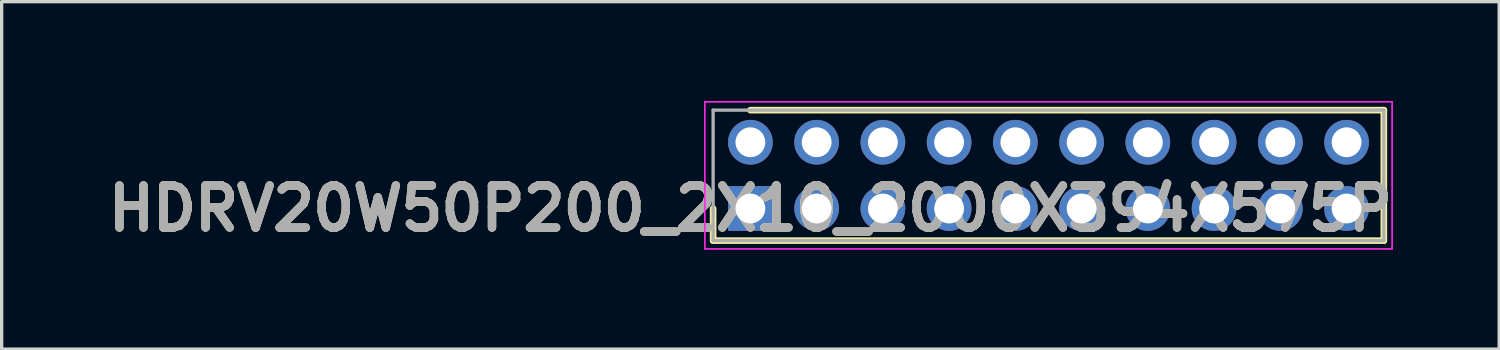
<source format=kicad_pcb>
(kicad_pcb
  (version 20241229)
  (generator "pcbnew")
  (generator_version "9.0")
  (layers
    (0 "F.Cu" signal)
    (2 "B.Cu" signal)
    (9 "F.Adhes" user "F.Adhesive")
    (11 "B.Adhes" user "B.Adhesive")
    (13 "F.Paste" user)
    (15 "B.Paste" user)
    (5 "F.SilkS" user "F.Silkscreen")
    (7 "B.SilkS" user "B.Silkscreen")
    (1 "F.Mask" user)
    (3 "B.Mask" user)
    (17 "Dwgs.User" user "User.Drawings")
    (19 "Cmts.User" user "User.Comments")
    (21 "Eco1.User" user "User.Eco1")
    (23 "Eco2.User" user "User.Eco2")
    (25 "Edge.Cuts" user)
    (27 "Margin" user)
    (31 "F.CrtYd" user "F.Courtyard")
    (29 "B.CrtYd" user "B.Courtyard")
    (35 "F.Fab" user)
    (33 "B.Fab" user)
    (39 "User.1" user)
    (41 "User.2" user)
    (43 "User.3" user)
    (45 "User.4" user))
  (footprint "HDRV20W50P200_2X10_2000X394X575P"
    (layer "F.Cu")
    (at 19.606 3.245)
    (property "Reference" "HDRV20W50P200_2X10_2000X394X575P" (at 0 0 0) (layer "F.SilkS") (effects (font (size 1.27 1.27) (thickness 0.254))))
    (attr through_hole)
    (fp_line (start -1.125 0) (end -1.125 0.97) (stroke (width 0.2) (type solid)) (layer "F.SilkS"))
    (fp_line (start -1.125 0.97) (end 19.125 0.97) (stroke (width 0.2) (type solid)) (layer "F.SilkS"))
    (fp_line (start 19.125 -2.97) (end 0 -2.97) (stroke (width 0.2) (type solid)) (layer "F.SilkS"))
    (fp_line (start 19.125 0.97) (end 19.125 -2.97) (stroke (width 0.2) (type solid)) (layer "F.SilkS"))
    (fp_line (start -1.375 -3.22) (end 19.375 -3.22) (stroke (width 0.05) (type solid)) (layer "F.CrtYd"))
    (fp_line (start -1.375 1.22) (end -1.375 -3.22) (stroke (width 0.05) (type solid)) (layer "F.CrtYd"))
    (fp_line (start 19.375 -3.22) (end 19.375 1.22) (stroke (width 0.05) (type solid)) (layer "F.CrtYd"))
    (fp_line (start 19.375 1.22) (end -1.375 1.22) (stroke (width 0.05) (type solid)) (layer "F.CrtYd"))
    (fp_line (start -1.125 -2.97) (end 19.125 -2.97) (stroke (width 0.1) (type solid)) (layer "F.Fab"))
    (fp_line (start -1.125 0.97) (end -1.125 -2.97) (stroke (width 0.1) (type solid)) (layer "F.Fab"))
    (fp_line (start 19.125 -2.97) (end 19.125 0.97) (stroke (width 0.1) (type solid)) (layer "F.Fab"))
    (fp_line (start 19.125 0.97) (end -1.125 0.97) (stroke (width 0.1) (type solid)) (layer "F.Fab"))
    (fp_text user "${REFERENCE}" (at 0 0 0) (layer "F.Fab") (effects (font (size 1.27 1.27) (thickness 0.254))))
    (pad "1" thru_hole rect (at 0 0) (size 1.35 1.35) (drill 0.9) (layers "*.Cu" "*.Mask"))
    (pad "2" thru_hole circle (at 0 -2) (size 1.35 1.35) (drill 0.9) (layers "*.Cu" "*.Mask"))
    (pad "3" thru_hole circle (at 2 0) (size 1.35 1.35) (drill 0.9) (layers "*.Cu" "*.Mask"))
    (pad "4" thru_hole circle (at 2 -2) (size 1.35 1.35) (drill 0.9) (layers "*.Cu" "*.Mask"))
    (pad "5" thru_hole circle (at 4 0) (size 1.35 1.35) (drill 0.9) (layers "*.Cu" "*.Mask"))
    (pad "6" thru_hole circle (at 4 -2) (size 1.35 1.35) (drill 0.9) (layers "*.Cu" "*.Mask"))
    (pad "7" thru_hole circle (at 6 0) (size 1.35 1.35) (drill 0.9) (layers "*.Cu" "*.Mask"))
    (pad "8" thru_hole circle (at 6 -2) (size 1.35 1.35) (drill 0.9) (layers "*.Cu" "*.Mask"))
    (pad "9" thru_hole circle (at 8 0) (size 1.35 1.35) (drill 0.9) (layers "*.Cu" "*.Mask"))
    (pad "10" thru_hole circle (at 8 -2) (size 1.35 1.35) (drill 0.9) (layers "*.Cu" "*.Mask"))
    (pad "11" thru_hole circle (at 10 0) (size 1.35 1.35) (drill 0.9) (layers "*.Cu" "*.Mask"))
    (pad "12" thru_hole circle (at 10 -2) (size 1.35 1.35) (drill 0.9) (layers "*.Cu" "*.Mask"))
    (pad "13" thru_hole circle (at 12 0) (size 1.35 1.35) (drill 0.9) (layers "*.Cu" "*.Mask"))
    (pad "14" thru_hole circle (at 12 -2) (size 1.35 1.35) (drill 0.9) (layers "*.Cu" "*.Mask"))
    (pad "15" thru_hole circle (at 14 0) (size 1.35 1.35) (drill 0.9) (layers "*.Cu" "*.Mask"))
    (pad "16" thru_hole circle (at 14 -2) (size 1.35 1.35) (drill 0.9) (layers "*.Cu" "*.Mask"))
    (pad "17" thru_hole circle (at 16 0) (size 1.35 1.35) (drill 0.9) (layers "*.Cu" "*.Mask"))
    (pad "18" thru_hole circle (at 16 -2) (size 1.35 1.35) (drill 0.9) (layers "*.Cu" "*.Mask"))
    (pad "19" thru_hole circle (at 18 0) (size 1.35 1.35) (drill 0.9) (layers "*.Cu" "*.Mask"))
    (pad "20" thru_hole circle (at 18 -2) (size 1.35 1.35) (drill 0.9) (layers "*.Cu" "*.Mask")))
  (gr_rect
    (start -3 -3)
    (end 42.213 7.49)
    (stroke (width 0.1) (type default))
    (fill no)
    (layer "Edge.Cuts")))
</source>
